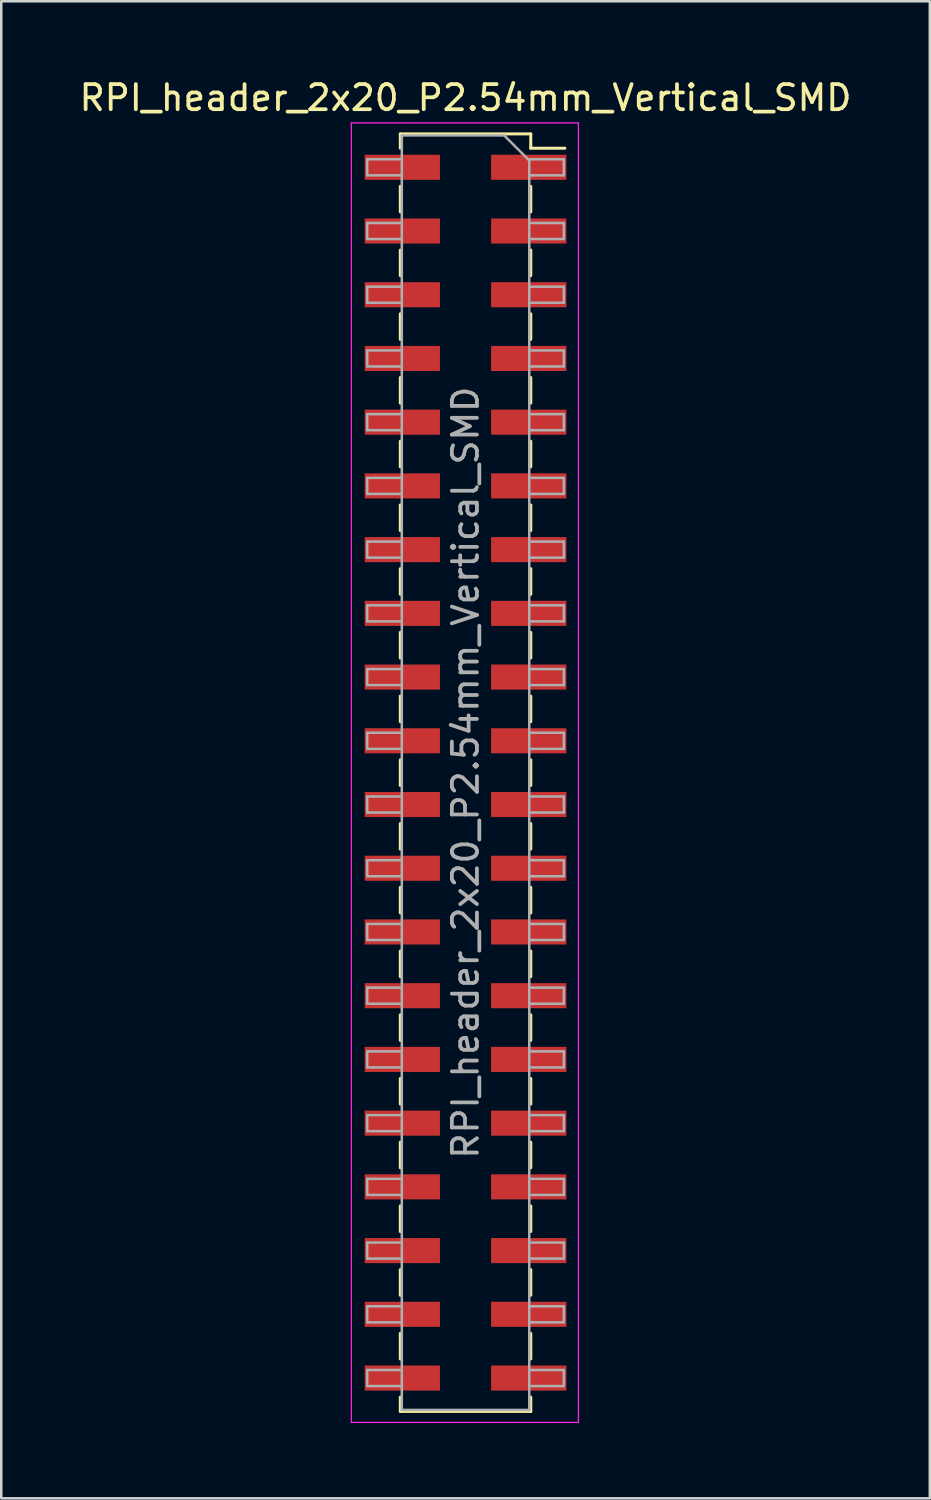
<source format=kicad_pcb>
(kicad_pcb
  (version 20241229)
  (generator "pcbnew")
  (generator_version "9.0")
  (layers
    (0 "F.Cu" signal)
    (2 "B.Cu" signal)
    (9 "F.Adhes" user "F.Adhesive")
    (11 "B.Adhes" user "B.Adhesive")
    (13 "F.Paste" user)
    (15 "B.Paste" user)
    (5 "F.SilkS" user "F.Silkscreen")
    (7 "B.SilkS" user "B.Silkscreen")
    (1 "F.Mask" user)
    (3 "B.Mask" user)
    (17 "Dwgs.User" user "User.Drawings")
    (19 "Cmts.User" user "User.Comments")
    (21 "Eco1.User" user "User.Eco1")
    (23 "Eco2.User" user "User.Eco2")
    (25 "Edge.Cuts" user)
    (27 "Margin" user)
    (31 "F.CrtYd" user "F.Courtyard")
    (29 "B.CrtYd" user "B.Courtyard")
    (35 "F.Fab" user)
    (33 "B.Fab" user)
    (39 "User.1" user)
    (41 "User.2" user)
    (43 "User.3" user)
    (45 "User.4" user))
  (footprint "RPI_header_2x20_P2.54mm_Vertical_SMD"
    (layer "F.Cu")
    (at 15.506 27.748)
    (property "Reference" "RPI_header_2x20_P2.54mm_Vertical_SMD" (at 0 -26.9 0) (layer "F.SilkS") (effects (font (size 1 1) (thickness 0.15))))
    (attr smd)
    (fp_line (start -2.6 -25.46) (end -2.6 -24.89) (stroke (width 0.12) (type solid)) (layer "F.SilkS"))
    (fp_line (start -2.6 -25.46) (end 2.6 -25.46) (stroke (width 0.12) (type solid)) (layer "F.SilkS"))
    (fp_line (start -2.6 -23.37) (end -2.6 -22.35) (stroke (width 0.12) (type solid)) (layer "F.SilkS"))
    (fp_line (start -2.6 -20.83) (end -2.6 -19.81) (stroke (width 0.12) (type solid)) (layer "F.SilkS"))
    (fp_line (start -2.6 -18.29) (end -2.6 -17.27) (stroke (width 0.12) (type solid)) (layer "F.SilkS"))
    (fp_line (start -2.6 -15.75) (end -2.6 -14.73) (stroke (width 0.12) (type solid)) (layer "F.SilkS"))
    (fp_line (start -2.6 -13.21) (end -2.6 -12.19) (stroke (width 0.12) (type solid)) (layer "F.SilkS"))
    (fp_line (start -2.6 -10.67) (end -2.6 -9.65) (stroke (width 0.12) (type solid)) (layer "F.SilkS"))
    (fp_line (start -2.6 -8.13) (end -2.6 -7.11) (stroke (width 0.12) (type solid)) (layer "F.SilkS"))
    (fp_line (start -2.6 -5.59) (end -2.6 -4.57) (stroke (width 0.12) (type solid)) (layer "F.SilkS"))
    (fp_line (start -2.6 -3.05) (end -2.6 -2.03) (stroke (width 0.12) (type solid)) (layer "F.SilkS"))
    (fp_line (start -2.6 -0.51) (end -2.6 0.51) (stroke (width 0.12) (type solid)) (layer "F.SilkS"))
    (fp_line (start -2.6 2.03) (end -2.6 3.05) (stroke (width 0.12) (type solid)) (layer "F.SilkS"))
    (fp_line (start -2.6 4.57) (end -2.6 5.59) (stroke (width 0.12) (type solid)) (layer "F.SilkS"))
    (fp_line (start -2.6 7.11) (end -2.6 8.13) (stroke (width 0.12) (type solid)) (layer "F.SilkS"))
    (fp_line (start -2.6 9.65) (end -2.6 10.67) (stroke (width 0.12) (type solid)) (layer "F.SilkS"))
    (fp_line (start -2.6 12.19) (end -2.6 13.21) (stroke (width 0.12) (type solid)) (layer "F.SilkS"))
    (fp_line (start -2.6 14.73) (end -2.6 15.75) (stroke (width 0.12) (type solid)) (layer "F.SilkS"))
    (fp_line (start -2.6 17.27) (end -2.6 18.29) (stroke (width 0.12) (type solid)) (layer "F.SilkS"))
    (fp_line (start -2.6 19.81) (end -2.6 20.83) (stroke (width 0.12) (type solid)) (layer "F.SilkS"))
    (fp_line (start -2.6 22.35) (end -2.6 23.37) (stroke (width 0.12) (type solid)) (layer "F.SilkS"))
    (fp_line (start -2.6 24.89) (end -2.6 25.46) (stroke (width 0.12) (type solid)) (layer "F.SilkS"))
    (fp_line (start -2.6 25.46) (end 2.6 25.46) (stroke (width 0.12) (type solid)) (layer "F.SilkS"))
    (fp_line (start 2.6 -25.46) (end 2.6 -24.89) (stroke (width 0.12) (type solid)) (layer "F.SilkS"))
    (fp_line (start 2.6 -24.89) (end 3.96 -24.89) (stroke (width 0.12) (type solid)) (layer "F.SilkS"))
    (fp_line (start 2.6 -23.37) (end 2.6 -22.35) (stroke (width 0.12) (type solid)) (layer "F.SilkS"))
    (fp_line (start 2.6 -20.83) (end 2.6 -19.81) (stroke (width 0.12) (type solid)) (layer "F.SilkS"))
    (fp_line (start 2.6 -18.29) (end 2.6 -17.27) (stroke (width 0.12) (type solid)) (layer "F.SilkS"))
    (fp_line (start 2.6 -15.75) (end 2.6 -14.73) (stroke (width 0.12) (type solid)) (layer "F.SilkS"))
    (fp_line (start 2.6 -13.21) (end 2.6 -12.19) (stroke (width 0.12) (type solid)) (layer "F.SilkS"))
    (fp_line (start 2.6 -10.67) (end 2.6 -9.65) (stroke (width 0.12) (type solid)) (layer "F.SilkS"))
    (fp_line (start 2.6 -8.13) (end 2.6 -7.11) (stroke (width 0.12) (type solid)) (layer "F.SilkS"))
    (fp_line (start 2.6 -5.59) (end 2.6 -4.57) (stroke (width 0.12) (type solid)) (layer "F.SilkS"))
    (fp_line (start 2.6 -3.05) (end 2.6 -2.03) (stroke (width 0.12) (type solid)) (layer "F.SilkS"))
    (fp_line (start 2.6 -0.51) (end 2.6 0.51) (stroke (width 0.12) (type solid)) (layer "F.SilkS"))
    (fp_line (start 2.6 2.03) (end 2.6 3.05) (stroke (width 0.12) (type solid)) (layer "F.SilkS"))
    (fp_line (start 2.6 4.57) (end 2.6 5.59) (stroke (width 0.12) (type solid)) (layer "F.SilkS"))
    (fp_line (start 2.6 7.11) (end 2.6 8.13) (stroke (width 0.12) (type solid)) (layer "F.SilkS"))
    (fp_line (start 2.6 9.65) (end 2.6 10.67) (stroke (width 0.12) (type solid)) (layer "F.SilkS"))
    (fp_line (start 2.6 12.19) (end 2.6 13.21) (stroke (width 0.12) (type solid)) (layer "F.SilkS"))
    (fp_line (start 2.6 14.73) (end 2.6 15.75) (stroke (width 0.12) (type solid)) (layer "F.SilkS"))
    (fp_line (start 2.6 17.27) (end 2.6 18.29) (stroke (width 0.12) (type solid)) (layer "F.SilkS"))
    (fp_line (start 2.6 19.81) (end 2.6 20.83) (stroke (width 0.12) (type solid)) (layer "F.SilkS"))
    (fp_line (start 2.6 22.35) (end 2.6 23.37) (stroke (width 0.12) (type solid)) (layer "F.SilkS"))
    (fp_line (start 2.6 24.89) (end 2.6 25.46) (stroke (width 0.12) (type solid)) (layer "F.SilkS"))
    (fp_line (start -4.55 -25.9) (end 4.5 -25.9) (stroke (width 0.05) (type solid)) (layer "F.CrtYd"))
    (fp_line (start -4.55 25.9) (end -4.55 -25.9) (stroke (width 0.05) (type solid)) (layer "F.CrtYd"))
    (fp_line (start 4.5 -25.9) (end 4.5 25.9) (stroke (width 0.05) (type solid)) (layer "F.CrtYd"))
    (fp_line (start 4.5 25.9) (end -4.55 25.9) (stroke (width 0.05) (type solid)) (layer "F.CrtYd"))
    (fp_line (start -3.92 -24.45) (end -2.54 -24.45) (stroke (width 0.1) (type solid)) (layer "F.Fab"))
    (fp_line (start -3.92 -23.81) (end -3.92 -24.45) (stroke (width 0.1) (type solid)) (layer "F.Fab"))
    (fp_line (start -3.92 -21.91) (end -2.54 -21.91) (stroke (width 0.1) (type solid)) (layer "F.Fab"))
    (fp_line (start -3.92 -21.27) (end -3.92 -21.91) (stroke (width 0.1) (type solid)) (layer "F.Fab"))
    (fp_line (start -3.92 -19.37) (end -2.54 -19.37) (stroke (width 0.1) (type solid)) (layer "F.Fab"))
    (fp_line (start -3.92 -18.73) (end -3.92 -19.37) (stroke (width 0.1) (type solid)) (layer "F.Fab"))
    (fp_line (start -3.92 -16.83) (end -2.54 -16.83) (stroke (width 0.1) (type solid)) (layer "F.Fab"))
    (fp_line (start -3.92 -16.19) (end -3.92 -16.83) (stroke (width 0.1) (type solid)) (layer "F.Fab"))
    (fp_line (start -3.92 -14.29) (end -2.54 -14.29) (stroke (width 0.1) (type solid)) (layer "F.Fab"))
    (fp_line (start -3.92 -13.65) (end -3.92 -14.29) (stroke (width 0.1) (type solid)) (layer "F.Fab"))
    (fp_line (start -3.92 -11.75) (end -2.54 -11.75) (stroke (width 0.1) (type solid)) (layer "F.Fab"))
    (fp_line (start -3.92 -11.11) (end -3.92 -11.75) (stroke (width 0.1) (type solid)) (layer "F.Fab"))
    (fp_line (start -3.92 -9.21) (end -2.54 -9.21) (stroke (width 0.1) (type solid)) (layer "F.Fab"))
    (fp_line (start -3.92 -8.57) (end -3.92 -9.21) (stroke (width 0.1) (type solid)) (layer "F.Fab"))
    (fp_line (start -3.92 -6.67) (end -2.54 -6.67) (stroke (width 0.1) (type solid)) (layer "F.Fab"))
    (fp_line (start -3.92 -6.03) (end -3.92 -6.67) (stroke (width 0.1) (type solid)) (layer "F.Fab"))
    (fp_line (start -3.92 -4.13) (end -2.54 -4.13) (stroke (width 0.1) (type solid)) (layer "F.Fab"))
    (fp_line (start -3.92 -3.49) (end -3.92 -4.13) (stroke (width 0.1) (type solid)) (layer "F.Fab"))
    (fp_line (start -3.92 -1.59) (end -2.54 -1.59) (stroke (width 0.1) (type solid)) (layer "F.Fab"))
    (fp_line (start -3.92 -0.95) (end -3.92 -1.59) (stroke (width 0.1) (type solid)) (layer "F.Fab"))
    (fp_line (start -3.92 0.95) (end -2.54 0.95) (stroke (width 0.1) (type solid)) (layer "F.Fab"))
    (fp_line (start -3.92 1.59) (end -3.92 0.95) (stroke (width 0.1) (type solid)) (layer "F.Fab"))
    (fp_line (start -3.92 3.49) (end -2.54 3.49) (stroke (width 0.1) (type solid)) (layer "F.Fab"))
    (fp_line (start -3.92 4.13) (end -3.92 3.49) (stroke (width 0.1) (type solid)) (layer "F.Fab"))
    (fp_line (start -3.92 6.03) (end -2.54 6.03) (stroke (width 0.1) (type solid)) (layer "F.Fab"))
    (fp_line (start -3.92 6.67) (end -3.92 6.03) (stroke (width 0.1) (type solid)) (layer "F.Fab"))
    (fp_line (start -3.92 8.57) (end -2.54 8.57) (stroke (width 0.1) (type solid)) (layer "F.Fab"))
    (fp_line (start -3.92 9.21) (end -3.92 8.57) (stroke (width 0.1) (type solid)) (layer "F.Fab"))
    (fp_line (start -3.92 11.11) (end -2.54 11.11) (stroke (width 0.1) (type solid)) (layer "F.Fab"))
    (fp_line (start -3.92 11.75) (end -3.92 11.11) (stroke (width 0.1) (type solid)) (layer "F.Fab"))
    (fp_line (start -3.92 13.65) (end -2.54 13.65) (stroke (width 0.1) (type solid)) (layer "F.Fab"))
    (fp_line (start -3.92 14.29) (end -3.92 13.65) (stroke (width 0.1) (type solid)) (layer "F.Fab"))
    (fp_line (start -3.92 16.19) (end -2.54 16.19) (stroke (width 0.1) (type solid)) (layer "F.Fab"))
    (fp_line (start -3.92 16.83) (end -3.92 16.19) (stroke (width 0.1) (type solid)) (layer "F.Fab"))
    (fp_line (start -3.92 18.73) (end -2.54 18.73) (stroke (width 0.1) (type solid)) (layer "F.Fab"))
    (fp_line (start -3.92 19.37) (end -3.92 18.73) (stroke (width 0.1) (type solid)) (layer "F.Fab"))
    (fp_line (start -3.92 21.27) (end -2.54 21.27) (stroke (width 0.1) (type solid)) (layer "F.Fab"))
    (fp_line (start -3.92 21.91) (end -3.92 21.27) (stroke (width 0.1) (type solid)) (layer "F.Fab"))
    (fp_line (start -3.92 23.81) (end -2.54 23.81) (stroke (width 0.1) (type solid)) (layer "F.Fab"))
    (fp_line (start -3.92 24.45) (end -3.92 23.81) (stroke (width 0.1) (type solid)) (layer "F.Fab"))
    (fp_line (start -2.54 -25.4) (end 1.54 -25.4) (stroke (width 0.1) (type solid)) (layer "F.Fab"))
    (fp_line (start -2.54 -23.81) (end -3.92 -23.81) (stroke (width 0.1) (type solid)) (layer "F.Fab"))
    (fp_line (start -2.54 -21.27) (end -3.92 -21.27) (stroke (width 0.1) (type solid)) (layer "F.Fab"))
    (fp_line (start -2.54 -18.73) (end -3.92 -18.73) (stroke (width 0.1) (type solid)) (layer "F.Fab"))
    (fp_line (start -2.54 -16.19) (end -3.92 -16.19) (stroke (width 0.1) (type solid)) (layer "F.Fab"))
    (fp_line (start -2.54 -13.65) (end -3.92 -13.65) (stroke (width 0.1) (type solid)) (layer "F.Fab"))
    (fp_line (start -2.54 -11.11) (end -3.92 -11.11) (stroke (width 0.1) (type solid)) (layer "F.Fab"))
    (fp_line (start -2.54 -8.57) (end -3.92 -8.57) (stroke (width 0.1) (type solid)) (layer "F.Fab"))
    (fp_line (start -2.54 -6.03) (end -3.92 -6.03) (stroke (width 0.1) (type solid)) (layer "F.Fab"))
    (fp_line (start -2.54 -3.49) (end -3.92 -3.49) (stroke (width 0.1) (type solid)) (layer "F.Fab"))
    (fp_line (start -2.54 -0.95) (end -3.92 -0.95) (stroke (width 0.1) (type solid)) (layer "F.Fab"))
    (fp_line (start -2.54 1.59) (end -3.92 1.59) (stroke (width 0.1) (type solid)) (layer "F.Fab"))
    (fp_line (start -2.54 4.13) (end -3.92 4.13) (stroke (width 0.1) (type solid)) (layer "F.Fab"))
    (fp_line (start -2.54 6.67) (end -3.92 6.67) (stroke (width 0.1) (type solid)) (layer "F.Fab"))
    (fp_line (start -2.54 9.21) (end -3.92 9.21) (stroke (width 0.1) (type solid)) (layer "F.Fab"))
    (fp_line (start -2.54 11.75) (end -3.92 11.75) (stroke (width 0.1) (type solid)) (layer "F.Fab"))
    (fp_line (start -2.54 14.29) (end -3.92 14.29) (stroke (width 0.1) (type solid)) (layer "F.Fab"))
    (fp_line (start -2.54 16.83) (end -3.92 16.83) (stroke (width 0.1) (type solid)) (layer "F.Fab"))
    (fp_line (start -2.54 19.37) (end -3.92 19.37) (stroke (width 0.1) (type solid)) (layer "F.Fab"))
    (fp_line (start -2.54 21.91) (end -3.92 21.91) (stroke (width 0.1) (type solid)) (layer "F.Fab"))
    (fp_line (start -2.54 24.45) (end -3.92 24.45) (stroke (width 0.1) (type solid)) (layer "F.Fab"))
    (fp_line (start -2.54 25.4) (end -2.54 -25.4) (stroke (width 0.1) (type solid)) (layer "F.Fab"))
    (fp_line (start 1.54 -25.4) (end 2.54 -24.4) (stroke (width 0.1) (type solid)) (layer "F.Fab"))
    (fp_line (start 2.54 -24.45) (end 3.92 -24.45) (stroke (width 0.1) (type solid)) (layer "F.Fab"))
    (fp_line (start 2.54 -24.4) (end 2.54 25.4) (stroke (width 0.1) (type solid)) (layer "F.Fab"))
    (fp_line (start 2.54 -21.91) (end 3.92 -21.91) (stroke (width 0.1) (type solid)) (layer "F.Fab"))
    (fp_line (start 2.54 -19.37) (end 3.92 -19.37) (stroke (width 0.1) (type solid)) (layer "F.Fab"))
    (fp_line (start 2.54 -16.83) (end 3.92 -16.83) (stroke (width 0.1) (type solid)) (layer "F.Fab"))
    (fp_line (start 2.54 -14.29) (end 3.92 -14.29) (stroke (width 0.1) (type solid)) (layer "F.Fab"))
    (fp_line (start 2.54 -11.75) (end 3.92 -11.75) (stroke (width 0.1) (type solid)) (layer "F.Fab"))
    (fp_line (start 2.54 -9.21) (end 3.92 -9.21) (stroke (width 0.1) (type solid)) (layer "F.Fab"))
    (fp_line (start 2.54 -6.67) (end 3.92 -6.67) (stroke (width 0.1) (type solid)) (layer "F.Fab"))
    (fp_line (start 2.54 -4.13) (end 3.92 -4.13) (stroke (width 0.1) (type solid)) (layer "F.Fab"))
    (fp_line (start 2.54 -1.59) (end 3.92 -1.59) (stroke (width 0.1) (type solid)) (layer "F.Fab"))
    (fp_line (start 2.54 0.95) (end 3.92 0.95) (stroke (width 0.1) (type solid)) (layer "F.Fab"))
    (fp_line (start 2.54 3.49) (end 3.92 3.49) (stroke (width 0.1) (type solid)) (layer "F.Fab"))
    (fp_line (start 2.54 6.03) (end 3.92 6.03) (stroke (width 0.1) (type solid)) (layer "F.Fab"))
    (fp_line (start 2.54 8.57) (end 3.92 8.57) (stroke (width 0.1) (type solid)) (layer "F.Fab"))
    (fp_line (start 2.54 11.11) (end 3.92 11.11) (stroke (width 0.1) (type solid)) (layer "F.Fab"))
    (fp_line (start 2.54 13.65) (end 3.92 13.65) (stroke (width 0.1) (type solid)) (layer "F.Fab"))
    (fp_line (start 2.54 16.19) (end 3.92 16.19) (stroke (width 0.1) (type solid)) (layer "F.Fab"))
    (fp_line (start 2.54 18.73) (end 3.92 18.73) (stroke (width 0.1) (type solid)) (layer "F.Fab"))
    (fp_line (start 2.54 21.27) (end 3.92 21.27) (stroke (width 0.1) (type solid)) (layer "F.Fab"))
    (fp_line (start 2.54 23.81) (end 3.92 23.81) (stroke (width 0.1) (type solid)) (layer "F.Fab"))
    (fp_line (start 2.54 25.4) (end -2.54 25.4) (stroke (width 0.1) (type solid)) (layer "F.Fab"))
    (fp_line (start 3.92 -24.45) (end 3.92 -23.81) (stroke (width 0.1) (type solid)) (layer "F.Fab"))
    (fp_line (start 3.92 -23.81) (end 2.54 -23.81) (stroke (width 0.1) (type solid)) (layer "F.Fab"))
    (fp_line (start 3.92 -21.91) (end 3.92 -21.27) (stroke (width 0.1) (type solid)) (layer "F.Fab"))
    (fp_line (start 3.92 -21.27) (end 2.54 -21.27) (stroke (width 0.1) (type solid)) (layer "F.Fab"))
    (fp_line (start 3.92 -19.37) (end 3.92 -18.73) (stroke (width 0.1) (type solid)) (layer "F.Fab"))
    (fp_line (start 3.92 -18.73) (end 2.54 -18.73) (stroke (width 0.1) (type solid)) (layer "F.Fab"))
    (fp_line (start 3.92 -16.83) (end 3.92 -16.19) (stroke (width 0.1) (type solid)) (layer "F.Fab"))
    (fp_line (start 3.92 -16.19) (end 2.54 -16.19) (stroke (width 0.1) (type solid)) (layer "F.Fab"))
    (fp_line (start 3.92 -14.29) (end 3.92 -13.65) (stroke (width 0.1) (type solid)) (layer "F.Fab"))
    (fp_line (start 3.92 -13.65) (end 2.54 -13.65) (stroke (width 0.1) (type solid)) (layer "F.Fab"))
    (fp_line (start 3.92 -11.75) (end 3.92 -11.11) (stroke (width 0.1) (type solid)) (layer "F.Fab"))
    (fp_line (start 3.92 -11.11) (end 2.54 -11.11) (stroke (width 0.1) (type solid)) (layer "F.Fab"))
    (fp_line (start 3.92 -9.21) (end 3.92 -8.57) (stroke (width 0.1) (type solid)) (layer "F.Fab"))
    (fp_line (start 3.92 -8.57) (end 2.54 -8.57) (stroke (width 0.1) (type solid)) (layer "F.Fab"))
    (fp_line (start 3.92 -6.67) (end 3.92 -6.03) (stroke (width 0.1) (type solid)) (layer "F.Fab"))
    (fp_line (start 3.92 -6.03) (end 2.54 -6.03) (stroke (width 0.1) (type solid)) (layer "F.Fab"))
    (fp_line (start 3.92 -4.13) (end 3.92 -3.49) (stroke (width 0.1) (type solid)) (layer "F.Fab"))
    (fp_line (start 3.92 -3.49) (end 2.54 -3.49) (stroke (width 0.1) (type solid)) (layer "F.Fab"))
    (fp_line (start 3.92 -1.59) (end 3.92 -0.95) (stroke (width 0.1) (type solid)) (layer "F.Fab"))
    (fp_line (start 3.92 -0.95) (end 2.54 -0.95) (stroke (width 0.1) (type solid)) (layer "F.Fab"))
    (fp_line (start 3.92 0.95) (end 3.92 1.59) (stroke (width 0.1) (type solid)) (layer "F.Fab"))
    (fp_line (start 3.92 1.59) (end 2.54 1.59) (stroke (width 0.1) (type solid)) (layer "F.Fab"))
    (fp_line (start 3.92 3.49) (end 3.92 4.13) (stroke (width 0.1) (type solid)) (layer "F.Fab"))
    (fp_line (start 3.92 4.13) (end 2.54 4.13) (stroke (width 0.1) (type solid)) (layer "F.Fab"))
    (fp_line (start 3.92 6.03) (end 3.92 6.67) (stroke (width 0.1) (type solid)) (layer "F.Fab"))
    (fp_line (start 3.92 6.67) (end 2.54 6.67) (stroke (width 0.1) (type solid)) (layer "F.Fab"))
    (fp_line (start 3.92 8.57) (end 3.92 9.21) (stroke (width 0.1) (type solid)) (layer "F.Fab"))
    (fp_line (start 3.92 9.21) (end 2.54 9.21) (stroke (width 0.1) (type solid)) (layer "F.Fab"))
    (fp_line (start 3.92 11.11) (end 3.92 11.75) (stroke (width 0.1) (type solid)) (layer "F.Fab"))
    (fp_line (start 3.92 11.75) (end 2.54 11.75) (stroke (width 0.1) (type solid)) (layer "F.Fab"))
    (fp_line (start 3.92 13.65) (end 3.92 14.29) (stroke (width 0.1) (type solid)) (layer "F.Fab"))
    (fp_line (start 3.92 14.29) (end 2.54 14.29) (stroke (width 0.1) (type solid)) (layer "F.Fab"))
    (fp_line (start 3.92 16.19) (end 3.92 16.83) (stroke (width 0.1) (type solid)) (layer "F.Fab"))
    (fp_line (start 3.92 16.83) (end 2.54 16.83) (stroke (width 0.1) (type solid)) (layer "F.Fab"))
    (fp_line (start 3.92 18.73) (end 3.92 19.37) (stroke (width 0.1) (type solid)) (layer "F.Fab"))
    (fp_line (start 3.92 19.37) (end 2.54 19.37) (stroke (width 0.1) (type solid)) (layer "F.Fab"))
    (fp_line (start 3.92 21.27) (end 3.92 21.91) (stroke (width 0.1) (type solid)) (layer "F.Fab"))
    (fp_line (start 3.92 21.91) (end 2.54 21.91) (stroke (width 0.1) (type solid)) (layer "F.Fab"))
    (fp_line (start 3.92 23.81) (end 3.92 24.45) (stroke (width 0.1) (type solid)) (layer "F.Fab"))
    (fp_line (start 3.92 24.45) (end 2.54 24.45) (stroke (width 0.1) (type solid)) (layer "F.Fab"))
    (fp_text user "${REFERENCE}" (at 0 0 90) (layer "F.Fab") (effects (font (size 1 1) (thickness 0.15))))
    (pad "1" smd rect (at 2.52 -24.13) (size 3 1) (layers "F.Cu" "F.Mask" "F.Paste"))
    (pad "2" smd rect (at -2.52 -24.13) (size 3 1) (layers "F.Cu" "F.Mask" "F.Paste"))
    (pad "3" smd rect (at 2.52 -21.59) (size 3 1) (layers "F.Cu" "F.Mask" "F.Paste"))
    (pad "4" smd rect (at -2.52 -21.59) (size 3 1) (layers "F.Cu" "F.Mask" "F.Paste"))
    (pad "5" smd rect (at 2.52 -19.05) (size 3 1) (layers "F.Cu" "F.Mask" "F.Paste"))
    (pad "6" smd rect (at -2.52 -19.05) (size 3 1) (layers "F.Cu" "F.Mask" "F.Paste"))
    (pad "7" smd rect (at 2.52 -16.51) (size 3 1) (layers "F.Cu" "F.Mask" "F.Paste"))
    (pad "8" smd rect (at -2.52 -16.51) (size 3 1) (layers "F.Cu" "F.Mask" "F.Paste"))
    (pad "9" smd rect (at 2.52 -13.97) (size 3 1) (layers "F.Cu" "F.Mask" "F.Paste"))
    (pad "10" smd rect (at -2.52 -13.97) (size 3 1) (layers "F.Cu" "F.Mask" "F.Paste"))
    (pad "11" smd rect (at 2.52 -11.43) (size 3 1) (layers "F.Cu" "F.Mask" "F.Paste"))
    (pad "12" smd rect (at -2.52 -11.43) (size 3 1) (layers "F.Cu" "F.Mask" "F.Paste"))
    (pad "13" smd rect (at 2.52 -8.89) (size 3 1) (layers "F.Cu" "F.Mask" "F.Paste"))
    (pad "14" smd rect (at -2.52 -8.89) (size 3 1) (layers "F.Cu" "F.Mask" "F.Paste"))
    (pad "15" smd rect (at 2.52 -6.35) (size 3 1) (layers "F.Cu" "F.Mask" "F.Paste"))
    (pad "16" smd rect (at -2.52 -6.35) (size 3 1) (layers "F.Cu" "F.Mask" "F.Paste"))
    (pad "17" smd rect (at 2.52 -3.81) (size 3 1) (layers "F.Cu" "F.Mask" "F.Paste"))
    (pad "18" smd rect (at -2.52 -3.81) (size 3 1) (layers "F.Cu" "F.Mask" "F.Paste"))
    (pad "19" smd rect (at 2.52 -1.27) (size 3 1) (layers "F.Cu" "F.Mask" "F.Paste"))
    (pad "20" smd rect (at -2.52 -1.27) (size 3 1) (layers "F.Cu" "F.Mask" "F.Paste"))
    (pad "21" smd rect (at 2.52 1.27) (size 3 1) (layers "F.Cu" "F.Mask" "F.Paste"))
    (pad "22" smd rect (at -2.52 1.27) (size 3 1) (layers "F.Cu" "F.Mask" "F.Paste"))
    (pad "23" smd rect (at 2.52 3.81) (size 3 1) (layers "F.Cu" "F.Mask" "F.Paste"))
    (pad "24" smd rect (at -2.52 3.81) (size 3 1) (layers "F.Cu" "F.Mask" "F.Paste"))
    (pad "25" smd rect (at 2.52 6.35) (size 3 1) (layers "F.Cu" "F.Mask" "F.Paste"))
    (pad "26" smd rect (at -2.52 6.35) (size 3 1) (layers "F.Cu" "F.Mask" "F.Paste"))
    (pad "27" smd rect (at 2.52 8.89) (size 3 1) (layers "F.Cu" "F.Mask" "F.Paste"))
    (pad "28" smd rect (at -2.52 8.89) (size 3 1) (layers "F.Cu" "F.Mask" "F.Paste"))
    (pad "29" smd rect (at 2.52 11.43) (size 3 1) (layers "F.Cu" "F.Mask" "F.Paste"))
    (pad "30" smd rect (at -2.52 11.43) (size 3 1) (layers "F.Cu" "F.Mask" "F.Paste"))
    (pad "31" smd rect (at 2.52 13.97) (size 3 1) (layers "F.Cu" "F.Mask" "F.Paste"))
    (pad "32" smd rect (at -2.52 13.97) (size 3 1) (layers "F.Cu" "F.Mask" "F.Paste"))
    (pad "33" smd rect (at 2.52 16.51) (size 3 1) (layers "F.Cu" "F.Mask" "F.Paste"))
    (pad "34" smd rect (at -2.52 16.51) (size 3 1) (layers "F.Cu" "F.Mask" "F.Paste"))
    (pad "35" smd rect (at 2.52 19.05) (size 3 1) (layers "F.Cu" "F.Mask" "F.Paste"))
    (pad "36" smd rect (at -2.52 19.05) (size 3 1) (layers "F.Cu" "F.Mask" "F.Paste"))
    (pad "37" smd rect (at 2.52 21.59) (size 3 1) (layers "F.Cu" "F.Mask" "F.Paste"))
    (pad "38" smd rect (at -2.52 21.59) (size 3 1) (layers "F.Cu" "F.Mask" "F.Paste"))
    (pad "39" smd rect (at 2.52 24.13) (size 3 1) (layers "F.Cu" "F.Mask" "F.Paste"))
    (pad "40" smd rect (at -2.52 24.13) (size 3 1) (layers "F.Cu" "F.Mask" "F.Paste")))
  (gr_rect
    (start -3 -3)
    (end 34.012 56.673)
    (stroke (width 0.1) (type default))
    (fill no)
    (layer "Edge.Cuts")))
</source>
